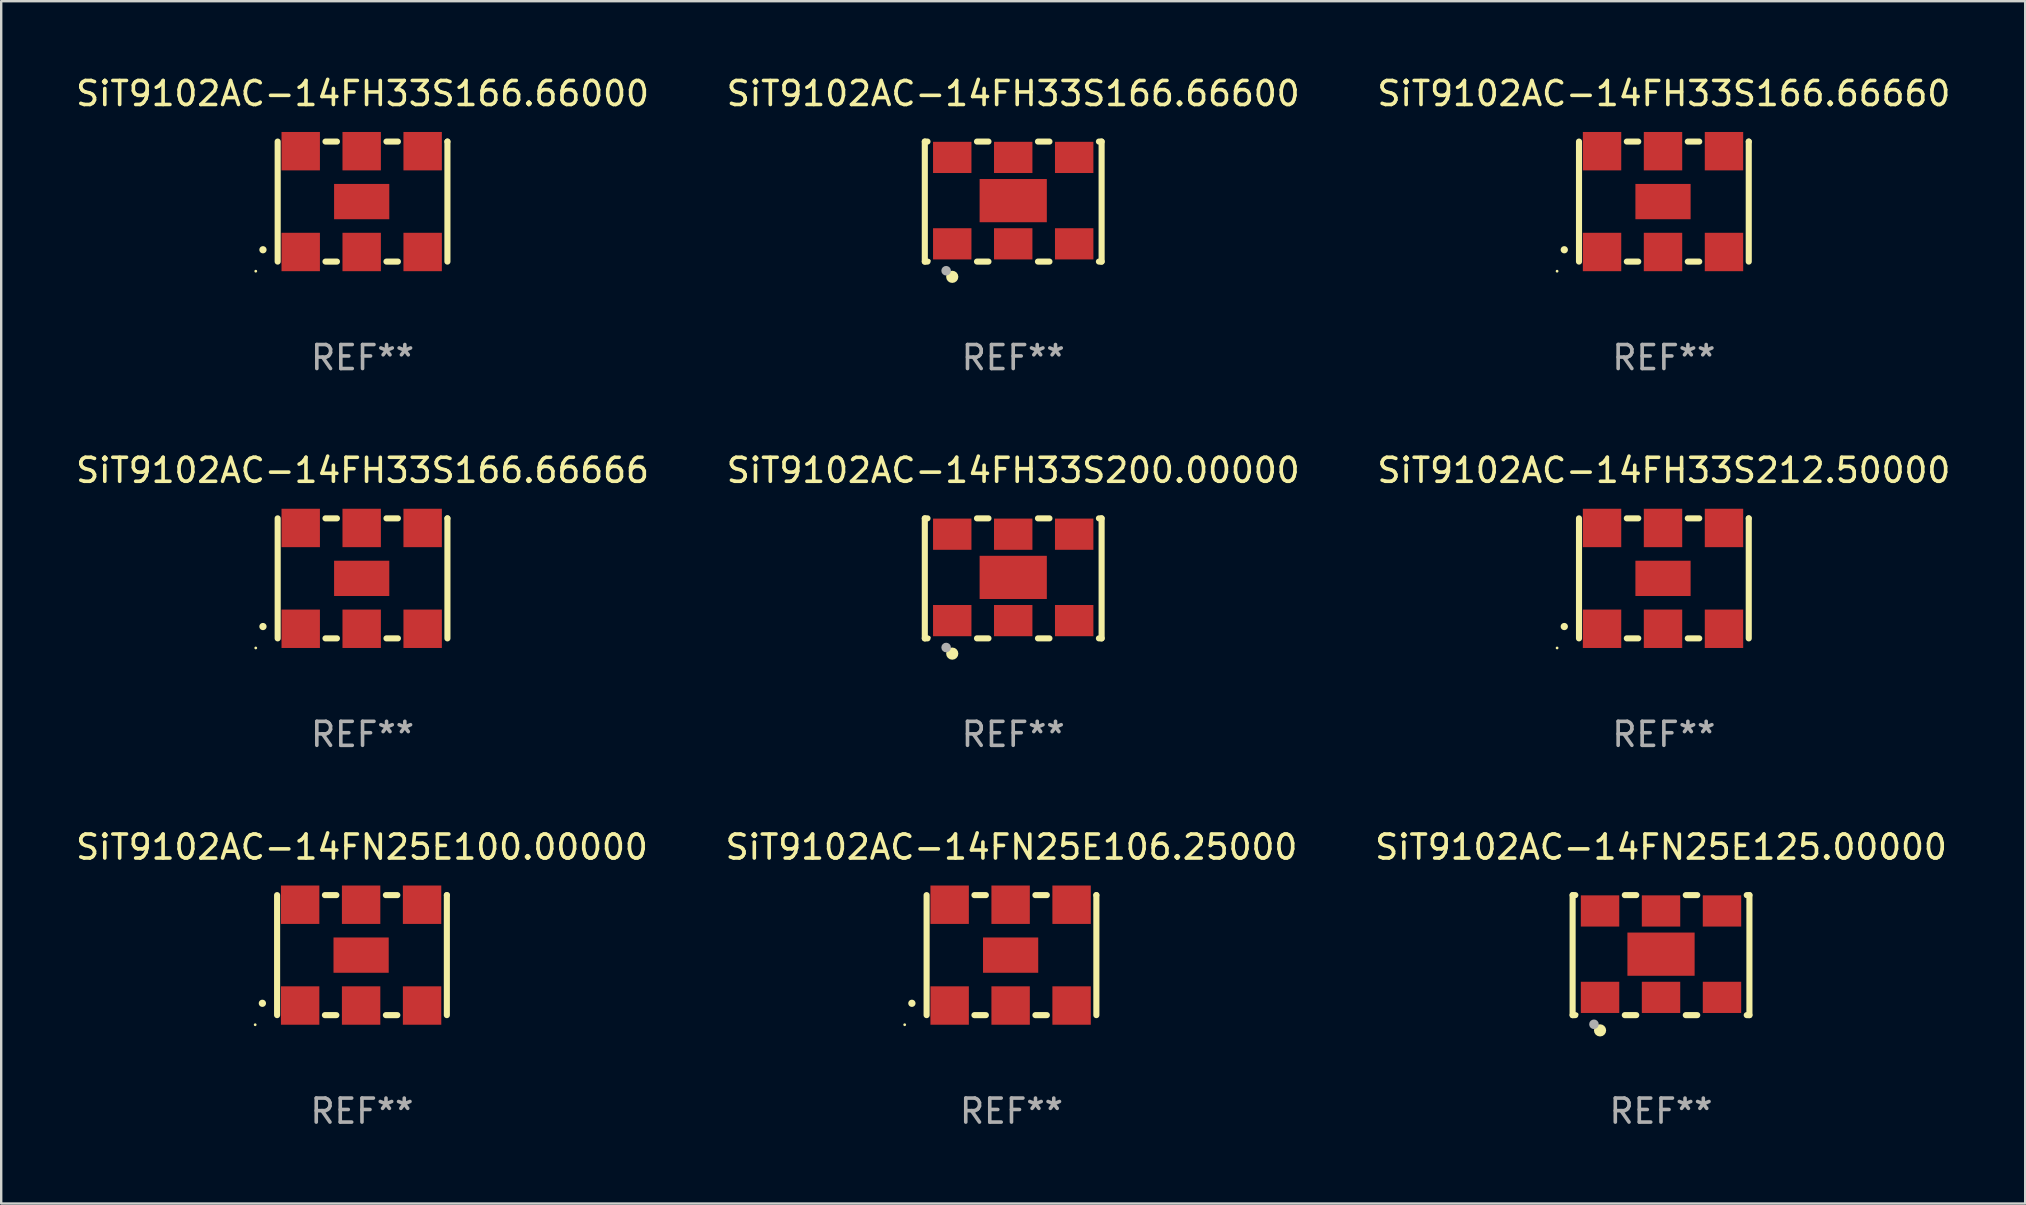
<source format=kicad_pcb>
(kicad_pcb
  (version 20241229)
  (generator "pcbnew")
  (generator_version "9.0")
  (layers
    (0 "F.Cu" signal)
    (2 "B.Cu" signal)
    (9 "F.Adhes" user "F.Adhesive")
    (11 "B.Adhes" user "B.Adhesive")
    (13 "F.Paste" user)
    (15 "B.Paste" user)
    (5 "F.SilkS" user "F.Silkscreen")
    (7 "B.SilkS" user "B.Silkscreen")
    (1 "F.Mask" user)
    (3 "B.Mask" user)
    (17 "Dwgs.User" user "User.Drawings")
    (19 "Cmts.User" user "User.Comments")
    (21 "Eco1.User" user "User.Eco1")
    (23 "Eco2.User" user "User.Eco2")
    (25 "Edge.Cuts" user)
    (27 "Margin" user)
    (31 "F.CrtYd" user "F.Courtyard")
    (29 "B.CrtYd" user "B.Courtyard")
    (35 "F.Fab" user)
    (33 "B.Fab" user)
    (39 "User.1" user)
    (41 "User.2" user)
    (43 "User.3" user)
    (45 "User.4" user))
  (footprint "SiT9102AC-14FH33S212.50000"
    (layer "F.Cu")
    (at 66.268 21.045)
    (property "Reference" "SiT9102AC-14FH33S212.50000" (at 0 -4.5 0) (layer "F.SilkS") (effects (font (size 1 1) (thickness 0.15))))
    (attr through_hole)
    (fp_line (start -3.536 -2.5) (end -3.536 2.5) (stroke (width 0.254) (type solid)) (layer "F.SilkS"))
    (fp_line (start -1.544 2.5) (end -1.067 2.5) (stroke (width 0.254) (type solid)) (layer "F.SilkS"))
    (fp_line (start -1.067 -2.5) (end -1.544 -2.5) (stroke (width 0.254) (type solid)) (layer "F.SilkS"))
    (fp_line (start 0.996 2.5) (end 1.473 2.5) (stroke (width 0.254) (type solid)) (layer "F.SilkS"))
    (fp_line (start 1.473 -2.5) (end 0.996 -2.5) (stroke (width 0.254) (type solid)) (layer "F.SilkS"))
    (fp_line (start 3.536 -2.5) (end 3.536 -2.5) (stroke (width 0.254) (type solid)) (layer "F.SilkS"))
    (fp_line (start 3.536 2.5) (end 3.536 -2.5) (stroke (width 0.254) (type solid)) (layer "F.SilkS"))
    (fp_arc (start -4.150432 2.006604) (mid -4.149162 2.006599) (end -4.147892 2.006604) (stroke (width 0.3) (type solid)) (layer "F.SilkS"))
    (fp_circle (center -4.449 2.9) (end -4.419 2.9) (stroke (width 0.06) (type solid)) (fill no) (layer "F.SilkS"))
    (fp_text user "REF**" (at 0 6.5 0) (layer "F.Fab") (effects (font (size 1 1) (thickness 0.15))))
    (pad "1" smd rect (at -2.576 2.1) (size 1.6 1.6) (layers "F.Cu" "F.Mask" "F.Paste"))
    (pad "2" smd rect (at -0.036 2.1) (size 1.6 1.6) (layers "F.Cu" "F.Mask" "F.Paste"))
    (pad "3" smd rect (at 2.504 2.1) (size 1.6 1.6) (layers "F.Cu" "F.Mask" "F.Paste"))
    (pad "4" smd rect (at 2.504 -2.1) (size 1.6 1.6) (layers "F.Cu" "F.Mask" "F.Paste"))
    (pad "5" smd rect (at -0.036 -2.1) (size 1.6 1.6) (layers "F.Cu" "F.Mask" "F.Paste"))
    (pad "6" smd rect (at -2.576 -2.1) (size 1.6 1.6) (layers "F.Cu" "F.Mask" "F.Paste"))
    (pad "7" smd rect (at -0.036 0) (size 2.3 1.47) (layers "F.Cu" "F.Mask" "F.Paste")))
  (footprint "SiT9102AC-14FH33S166.66600"
    (layer "F.Cu")
    (at 39.161 5.348)
    (property "Reference" "SiT9102AC-14FH33S166.66600" (at 0 -4.5 0) (layer "F.SilkS") (effects (font (size 1 1) (thickness 0.15))))
    (attr through_hole)
    (fp_line (start -3.683 -2.5) (end -3.571 -2.5) (stroke (width 0.254) (type solid)) (layer "F.SilkS"))
    (fp_line (start -3.683 2.5) (end -3.683 -2.5) (stroke (width 0.254) (type solid)) (layer "F.SilkS"))
    (fp_line (start -3.683 2.5) (end -3.571 2.5) (stroke (width 0.254) (type solid)) (layer "F.SilkS"))
    (fp_line (start -1.509 -2.5) (end -1.031 -2.5) (stroke (width 0.254) (type solid)) (layer "F.SilkS"))
    (fp_line (start -1.509 2.5) (end -1.031 2.5) (stroke (width 0.254) (type solid)) (layer "F.SilkS"))
    (fp_line (start 1.031 -2.5) (end 1.509 -2.5) (stroke (width 0.254) (type solid)) (layer "F.SilkS"))
    (fp_line (start 1.031 2.5) (end 1.509 2.5) (stroke (width 0.254) (type solid)) (layer "F.SilkS"))
    (fp_line (start 3.571 -2.5) (end 3.683 -2.5) (stroke (width 0.254) (type solid)) (layer "F.SilkS"))
    (fp_line (start 3.571 2.5) (end 3.683 2.5) (stroke (width 0.254) (type solid)) (layer "F.SilkS"))
    (fp_line (start 3.683 2.5) (end 3.683 -2.5) (stroke (width 0.254) (type solid)) (layer "F.SilkS"))
    (fp_circle (center -3.5 2.46) (end -3.47 2.46) (stroke (width 0.06) (type solid)) (fill no) (layer "F.SilkS"))
    (fp_circle (center -2.54 3.135) (end -2.413 3.135) (stroke (width 0.254) (type solid)) (fill no) (layer "F.SilkS"))
    (fp_circle (center -2.794 2.881) (end -2.694 2.881) (stroke (width 0.2) (type solid)) (fill no) (layer "F.Fab"))
    (fp_text user "REF**" (at 0 6.5 0) (layer "F.Fab") (effects (font (size 1 1) (thickness 0.15))))
    (pad "1" smd rect (at -2.54 1.76) (size 1.6 1.3) (layers "F.Cu" "F.Mask" "F.Paste"))
    (pad "2" smd rect (at 0 1.76) (size 1.6 1.3) (layers "F.Cu" "F.Mask" "F.Paste"))
    (pad "3" smd rect (at 2.54 1.76) (size 1.6 1.3) (layers "F.Cu" "F.Mask" "F.Paste"))
    (pad "4" smd rect (at 2.54 -1.84) (size 1.6 1.3) (layers "F.Cu" "F.Mask" "F.Paste"))
    (pad "5" smd rect (at 0 -1.84) (size 1.6 1.3) (layers "F.Cu" "F.Mask" "F.Paste"))
    (pad "6" smd rect (at -2.54 -1.84) (size 1.6 1.3) (layers "F.Cu" "F.Mask" "F.Paste"))
    (pad "7" smd rect (at 0 -0.04) (size 2.8 1.8) (layers "F.Cu" "F.Mask" "F.Paste")))
  (footprint "SiT9102AC-14FH33S166.66666"
    (layer "F.Cu")
    (at 12.054 21.045)
    (property "Reference" "SiT9102AC-14FH33S166.66666" (at 0 -4.5 0) (layer "F.SilkS") (effects (font (size 1 1) (thickness 0.15))))
    (attr through_hole)
    (fp_line (start -3.536 -2.5) (end -3.536 2.5) (stroke (width 0.254) (type solid)) (layer "F.SilkS"))
    (fp_line (start -1.544 2.5) (end -1.067 2.5) (stroke (width 0.254) (type solid)) (layer "F.SilkS"))
    (fp_line (start -1.067 -2.5) (end -1.544 -2.5) (stroke (width 0.254) (type solid)) (layer "F.SilkS"))
    (fp_line (start 0.996 2.5) (end 1.473 2.5) (stroke (width 0.254) (type solid)) (layer "F.SilkS"))
    (fp_line (start 1.473 -2.5) (end 0.996 -2.5) (stroke (width 0.254) (type solid)) (layer "F.SilkS"))
    (fp_line (start 3.536 -2.5) (end 3.536 -2.5) (stroke (width 0.254) (type solid)) (layer "F.SilkS"))
    (fp_line (start 3.536 2.5) (end 3.536 -2.5) (stroke (width 0.254) (type solid)) (layer "F.SilkS"))
    (fp_arc (start -4.150432 2.006604) (mid -4.149162 2.006599) (end -4.147892 2.006604) (stroke (width 0.3) (type solid)) (layer "F.SilkS"))
    (fp_circle (center -4.449 2.9) (end -4.419 2.9) (stroke (width 0.06) (type solid)) (fill no) (layer "F.SilkS"))
    (fp_text user "REF**" (at 0 6.5 0) (layer "F.Fab") (effects (font (size 1 1) (thickness 0.15))))
    (pad "1" smd rect (at -2.576 2.1) (size 1.6 1.6) (layers "F.Cu" "F.Mask" "F.Paste"))
    (pad "2" smd rect (at -0.036 2.1) (size 1.6 1.6) (layers "F.Cu" "F.Mask" "F.Paste"))
    (pad "3" smd rect (at 2.504 2.1) (size 1.6 1.6) (layers "F.Cu" "F.Mask" "F.Paste"))
    (pad "4" smd rect (at 2.504 -2.1) (size 1.6 1.6) (layers "F.Cu" "F.Mask" "F.Paste"))
    (pad "5" smd rect (at -0.036 -2.1) (size 1.6 1.6) (layers "F.Cu" "F.Mask" "F.Paste"))
    (pad "6" smd rect (at -2.576 -2.1) (size 1.6 1.6) (layers "F.Cu" "F.Mask" "F.Paste"))
    (pad "7" smd rect (at -0.036 0) (size 2.3 1.47) (layers "F.Cu" "F.Mask" "F.Paste")))
  (footprint "SiT9102AC-14FN25E125.00000"
    (layer "F.Cu")
    (at 66.149 36.741)
    (property "Reference" "SiT9102AC-14FN25E125.00000" (at 0 -4.5 0) (layer "F.SilkS") (effects (font (size 1 1) (thickness 0.15))))
    (attr through_hole)
    (fp_line (start -3.683 -2.5) (end -3.571 -2.5) (stroke (width 0.254) (type solid)) (layer "F.SilkS"))
    (fp_line (start -3.683 2.5) (end -3.683 -2.5) (stroke (width 0.254) (type solid)) (layer "F.SilkS"))
    (fp_line (start -3.683 2.5) (end -3.571 2.5) (stroke (width 0.254) (type solid)) (layer "F.SilkS"))
    (fp_line (start -1.509 -2.5) (end -1.031 -2.5) (stroke (width 0.254) (type solid)) (layer "F.SilkS"))
    (fp_line (start -1.509 2.5) (end -1.031 2.5) (stroke (width 0.254) (type solid)) (layer "F.SilkS"))
    (fp_line (start 1.031 -2.5) (end 1.509 -2.5) (stroke (width 0.254) (type solid)) (layer "F.SilkS"))
    (fp_line (start 1.031 2.5) (end 1.509 2.5) (stroke (width 0.254) (type solid)) (layer "F.SilkS"))
    (fp_line (start 3.571 -2.5) (end 3.683 -2.5) (stroke (width 0.254) (type solid)) (layer "F.SilkS"))
    (fp_line (start 3.571 2.5) (end 3.683 2.5) (stroke (width 0.254) (type solid)) (layer "F.SilkS"))
    (fp_line (start 3.683 2.5) (end 3.683 -2.5) (stroke (width 0.254) (type solid)) (layer "F.SilkS"))
    (fp_circle (center -3.5 2.46) (end -3.47 2.46) (stroke (width 0.06) (type solid)) (fill no) (layer "F.SilkS"))
    (fp_circle (center -2.54 3.135) (end -2.413 3.135) (stroke (width 0.254) (type solid)) (fill no) (layer "F.SilkS"))
    (fp_circle (center -2.794 2.881) (end -2.694 2.881) (stroke (width 0.2) (type solid)) (fill no) (layer "F.Fab"))
    (fp_text user "REF**" (at 0 6.5 0) (layer "F.Fab") (effects (font (size 1 1) (thickness 0.15))))
    (pad "1" smd rect (at -2.54 1.76) (size 1.6 1.3) (layers "F.Cu" "F.Mask" "F.Paste"))
    (pad "2" smd rect (at 0 1.76) (size 1.6 1.3) (layers "F.Cu" "F.Mask" "F.Paste"))
    (pad "3" smd rect (at 2.54 1.76) (size 1.6 1.3) (layers "F.Cu" "F.Mask" "F.Paste"))
    (pad "4" smd rect (at 2.54 -1.84) (size 1.6 1.3) (layers "F.Cu" "F.Mask" "F.Paste"))
    (pad "5" smd rect (at 0 -1.84) (size 1.6 1.3) (layers "F.Cu" "F.Mask" "F.Paste"))
    (pad "6" smd rect (at -2.54 -1.84) (size 1.6 1.3) (layers "F.Cu" "F.Mask" "F.Paste"))
    (pad "7" smd rect (at 0 -0.04) (size 2.8 1.8) (layers "F.Cu" "F.Mask" "F.Paste")))
  (footprint "SiT9102AC-14FN25E100.00000"
    (layer "F.Cu")
    (at 12.03 36.741)
    (property "Reference" "SiT9102AC-14FN25E100.00000" (at 0 -4.5 0) (layer "F.SilkS") (effects (font (size 1 1) (thickness 0.15))))
    (attr through_hole)
    (fp_line (start -3.536 -2.5) (end -3.536 2.5) (stroke (width 0.254) (type solid)) (layer "F.SilkS"))
    (fp_line (start -1.544 2.5) (end -1.067 2.5) (stroke (width 0.254) (type solid)) (layer "F.SilkS"))
    (fp_line (start -1.067 -2.5) (end -1.544 -2.5) (stroke (width 0.254) (type solid)) (layer "F.SilkS"))
    (fp_line (start 0.996 2.5) (end 1.473 2.5) (stroke (width 0.254) (type solid)) (layer "F.SilkS"))
    (fp_line (start 1.473 -2.5) (end 0.996 -2.5) (stroke (width 0.254) (type solid)) (layer "F.SilkS"))
    (fp_line (start 3.536 -2.5) (end 3.536 -2.5) (stroke (width 0.254) (type solid)) (layer "F.SilkS"))
    (fp_line (start 3.536 2.5) (end 3.536 -2.5) (stroke (width 0.254) (type solid)) (layer "F.SilkS"))
    (fp_arc (start -4.150432 2.006604) (mid -4.149162 2.006599) (end -4.147892 2.006604) (stroke (width 0.3) (type solid)) (layer "F.SilkS"))
    (fp_circle (center -4.449 2.9) (end -4.419 2.9) (stroke (width 0.06) (type solid)) (fill no) (layer "F.SilkS"))
    (fp_text user "REF**" (at 0 6.5 0) (layer "F.Fab") (effects (font (size 1 1) (thickness 0.15))))
    (pad "1" smd rect (at -2.576 2.1) (size 1.6 1.6) (layers "F.Cu" "F.Mask" "F.Paste"))
    (pad "2" smd rect (at -0.036 2.1) (size 1.6 1.6) (layers "F.Cu" "F.Mask" "F.Paste"))
    (pad "3" smd rect (at 2.504 2.1) (size 1.6 1.6) (layers "F.Cu" "F.Mask" "F.Paste"))
    (pad "4" smd rect (at 2.504 -2.1) (size 1.6 1.6) (layers "F.Cu" "F.Mask" "F.Paste"))
    (pad "5" smd rect (at -0.036 -2.1) (size 1.6 1.6) (layers "F.Cu" "F.Mask" "F.Paste"))
    (pad "6" smd rect (at -2.576 -2.1) (size 1.6 1.6) (layers "F.Cu" "F.Mask" "F.Paste"))
    (pad "7" smd rect (at -0.036 0) (size 2.3 1.47) (layers "F.Cu" "F.Mask" "F.Paste")))
  (footprint "SiT9102AC-14FN25E106.25000"
    (layer "F.Cu")
    (at 39.089 36.741)
    (property "Reference" "SiT9102AC-14FN25E106.25000" (at 0 -4.5 0) (layer "F.SilkS") (effects (font (size 1 1) (thickness 0.15))))
    (attr through_hole)
    (fp_line (start -3.536 -2.5) (end -3.536 2.5) (stroke (width 0.254) (type solid)) (layer "F.SilkS"))
    (fp_line (start -1.544 2.5) (end -1.067 2.5) (stroke (width 0.254) (type solid)) (layer "F.SilkS"))
    (fp_line (start -1.067 -2.5) (end -1.544 -2.5) (stroke (width 0.254) (type solid)) (layer "F.SilkS"))
    (fp_line (start 0.996 2.5) (end 1.473 2.5) (stroke (width 0.254) (type solid)) (layer "F.SilkS"))
    (fp_line (start 1.473 -2.5) (end 0.996 -2.5) (stroke (width 0.254) (type solid)) (layer "F.SilkS"))
    (fp_line (start 3.536 -2.5) (end 3.536 -2.5) (stroke (width 0.254) (type solid)) (layer "F.SilkS"))
    (fp_line (start 3.536 2.5) (end 3.536 -2.5) (stroke (width 0.254) (type solid)) (layer "F.SilkS"))
    (fp_arc (start -4.150432 2.006604) (mid -4.149162 2.006599) (end -4.147892 2.006604) (stroke (width 0.3) (type solid)) (layer "F.SilkS"))
    (fp_circle (center -4.449 2.9) (end -4.419 2.9) (stroke (width 0.06) (type solid)) (fill no) (layer "F.SilkS"))
    (fp_text user "REF**" (at 0 6.5 0) (layer "F.Fab") (effects (font (size 1 1) (thickness 0.15))))
    (pad "1" smd rect (at -2.576 2.1) (size 1.6 1.6) (layers "F.Cu" "F.Mask" "F.Paste"))
    (pad "2" smd rect (at -0.036 2.1) (size 1.6 1.6) (layers "F.Cu" "F.Mask" "F.Paste"))
    (pad "3" smd rect (at 2.504 2.1) (size 1.6 1.6) (layers "F.Cu" "F.Mask" "F.Paste"))
    (pad "4" smd rect (at 2.504 -2.1) (size 1.6 1.6) (layers "F.Cu" "F.Mask" "F.Paste"))
    (pad "5" smd rect (at -0.036 -2.1) (size 1.6 1.6) (layers "F.Cu" "F.Mask" "F.Paste"))
    (pad "6" smd rect (at -2.576 -2.1) (size 1.6 1.6) (layers "F.Cu" "F.Mask" "F.Paste"))
    (pad "7" smd rect (at -0.036 0) (size 2.3 1.47) (layers "F.Cu" "F.Mask" "F.Paste")))
  (footprint "SiT9102AC-14FH33S200.00000"
    (layer "F.Cu")
    (at 39.161 21.045)
    (property "Reference" "SiT9102AC-14FH33S200.00000" (at 0 -4.5 0) (layer "F.SilkS") (effects (font (size 1 1) (thickness 0.15))))
    (attr through_hole)
    (fp_line (start -3.683 -2.5) (end -3.571 -2.5) (stroke (width 0.254) (type solid)) (layer "F.SilkS"))
    (fp_line (start -3.683 2.5) (end -3.683 -2.5) (stroke (width 0.254) (type solid)) (layer "F.SilkS"))
    (fp_line (start -3.683 2.5) (end -3.571 2.5) (stroke (width 0.254) (type solid)) (layer "F.SilkS"))
    (fp_line (start -1.509 -2.5) (end -1.031 -2.5) (stroke (width 0.254) (type solid)) (layer "F.SilkS"))
    (fp_line (start -1.509 2.5) (end -1.031 2.5) (stroke (width 0.254) (type solid)) (layer "F.SilkS"))
    (fp_line (start 1.031 -2.5) (end 1.509 -2.5) (stroke (width 0.254) (type solid)) (layer "F.SilkS"))
    (fp_line (start 1.031 2.5) (end 1.509 2.5) (stroke (width 0.254) (type solid)) (layer "F.SilkS"))
    (fp_line (start 3.571 -2.5) (end 3.683 -2.5) (stroke (width 0.254) (type solid)) (layer "F.SilkS"))
    (fp_line (start 3.571 2.5) (end 3.683 2.5) (stroke (width 0.254) (type solid)) (layer "F.SilkS"))
    (fp_line (start 3.683 2.5) (end 3.683 -2.5) (stroke (width 0.254) (type solid)) (layer "F.SilkS"))
    (fp_circle (center -3.5 2.46) (end -3.47 2.46) (stroke (width 0.06) (type solid)) (fill no) (layer "F.SilkS"))
    (fp_circle (center -2.54 3.135) (end -2.413 3.135) (stroke (width 0.254) (type solid)) (fill no) (layer "F.SilkS"))
    (fp_circle (center -2.794 2.881) (end -2.694 2.881) (stroke (width 0.2) (type solid)) (fill no) (layer "F.Fab"))
    (fp_text user "REF**" (at 0 6.5 0) (layer "F.Fab") (effects (font (size 1 1) (thickness 0.15))))
    (pad "1" smd rect (at -2.54 1.76) (size 1.6 1.3) (layers "F.Cu" "F.Mask" "F.Paste"))
    (pad "2" smd rect (at 0 1.76) (size 1.6 1.3) (layers "F.Cu" "F.Mask" "F.Paste"))
    (pad "3" smd rect (at 2.54 1.76) (size 1.6 1.3) (layers "F.Cu" "F.Mask" "F.Paste"))
    (pad "4" smd rect (at 2.54 -1.84) (size 1.6 1.3) (layers "F.Cu" "F.Mask" "F.Paste"))
    (pad "5" smd rect (at 0 -1.84) (size 1.6 1.3) (layers "F.Cu" "F.Mask" "F.Paste"))
    (pad "6" smd rect (at -2.54 -1.84) (size 1.6 1.3) (layers "F.Cu" "F.Mask" "F.Paste"))
    (pad "7" smd rect (at 0 -0.04) (size 2.8 1.8) (layers "F.Cu" "F.Mask" "F.Paste")))
  (footprint "SiT9102AC-14FH33S166.66000"
    (layer "F.Cu")
    (at 12.054 5.348)
    (property "Reference" "SiT9102AC-14FH33S166.66000" (at 0 -4.5 0) (layer "F.SilkS") (effects (font (size 1 1) (thickness 0.15))))
    (attr through_hole)
    (fp_line (start -3.536 -2.5) (end -3.536 2.5) (stroke (width 0.254) (type solid)) (layer "F.SilkS"))
    (fp_line (start -1.544 2.5) (end -1.067 2.5) (stroke (width 0.254) (type solid)) (layer "F.SilkS"))
    (fp_line (start -1.067 -2.5) (end -1.544 -2.5) (stroke (width 0.254) (type solid)) (layer "F.SilkS"))
    (fp_line (start 0.996 2.5) (end 1.473 2.5) (stroke (width 0.254) (type solid)) (layer "F.SilkS"))
    (fp_line (start 1.473 -2.5) (end 0.996 -2.5) (stroke (width 0.254) (type solid)) (layer "F.SilkS"))
    (fp_line (start 3.536 -2.5) (end 3.536 -2.5) (stroke (width 0.254) (type solid)) (layer "F.SilkS"))
    (fp_line (start 3.536 2.5) (end 3.536 -2.5) (stroke (width 0.254) (type solid)) (layer "F.SilkS"))
    (fp_arc (start -4.150432 2.006604) (mid -4.149162 2.006599) (end -4.147892 2.006604) (stroke (width 0.3) (type solid)) (layer "F.SilkS"))
    (fp_circle (center -4.449 2.9) (end -4.419 2.9) (stroke (width 0.06) (type solid)) (fill no) (layer "F.SilkS"))
    (fp_text user "REF**" (at 0 6.5 0) (layer "F.Fab") (effects (font (size 1 1) (thickness 0.15))))
    (pad "1" smd rect (at -2.576 2.1) (size 1.6 1.6) (layers "F.Cu" "F.Mask" "F.Paste"))
    (pad "2" smd rect (at -0.036 2.1) (size 1.6 1.6) (layers "F.Cu" "F.Mask" "F.Paste"))
    (pad "3" smd rect (at 2.504 2.1) (size 1.6 1.6) (layers "F.Cu" "F.Mask" "F.Paste"))
    (pad "4" smd rect (at 2.504 -2.1) (size 1.6 1.6) (layers "F.Cu" "F.Mask" "F.Paste"))
    (pad "5" smd rect (at -0.036 -2.1) (size 1.6 1.6) (layers "F.Cu" "F.Mask" "F.Paste"))
    (pad "6" smd rect (at -2.576 -2.1) (size 1.6 1.6) (layers "F.Cu" "F.Mask" "F.Paste"))
    (pad "7" smd rect (at -0.036 0) (size 2.3 1.47) (layers "F.Cu" "F.Mask" "F.Paste")))
  (footprint "SiT9102AC-14FH33S166.66660"
    (layer "F.Cu")
    (at 66.268 5.348)
    (property "Reference" "SiT9102AC-14FH33S166.66660" (at 0 -4.5 0) (layer "F.SilkS") (effects (font (size 1 1) (thickness 0.15))))
    (attr through_hole)
    (fp_line (start -3.536 -2.5) (end -3.536 2.5) (stroke (width 0.254) (type solid)) (layer "F.SilkS"))
    (fp_line (start -1.544 2.5) (end -1.067 2.5) (stroke (width 0.254) (type solid)) (layer "F.SilkS"))
    (fp_line (start -1.067 -2.5) (end -1.544 -2.5) (stroke (width 0.254) (type solid)) (layer "F.SilkS"))
    (fp_line (start 0.996 2.5) (end 1.473 2.5) (stroke (width 0.254) (type solid)) (layer "F.SilkS"))
    (fp_line (start 1.473 -2.5) (end 0.996 -2.5) (stroke (width 0.254) (type solid)) (layer "F.SilkS"))
    (fp_line (start 3.536 -2.5) (end 3.536 -2.5) (stroke (width 0.254) (type solid)) (layer "F.SilkS"))
    (fp_line (start 3.536 2.5) (end 3.536 -2.5) (stroke (width 0.254) (type solid)) (layer "F.SilkS"))
    (fp_arc (start -4.150432 2.006604) (mid -4.149162 2.006599) (end -4.147892 2.006604) (stroke (width 0.3) (type solid)) (layer "F.SilkS"))
    (fp_circle (center -4.449 2.9) (end -4.419 2.9) (stroke (width 0.06) (type solid)) (fill no) (layer "F.SilkS"))
    (fp_text user "REF**" (at 0 6.5 0) (layer "F.Fab") (effects (font (size 1 1) (thickness 0.15))))
    (pad "1" smd rect (at -2.576 2.1) (size 1.6 1.6) (layers "F.Cu" "F.Mask" "F.Paste"))
    (pad "2" smd rect (at -0.036 2.1) (size 1.6 1.6) (layers "F.Cu" "F.Mask" "F.Paste"))
    (pad "3" smd rect (at 2.504 2.1) (size 1.6 1.6) (layers "F.Cu" "F.Mask" "F.Paste"))
    (pad "4" smd rect (at 2.504 -2.1) (size 1.6 1.6) (layers "F.Cu" "F.Mask" "F.Paste"))
    (pad "5" smd rect (at -0.036 -2.1) (size 1.6 1.6) (layers "F.Cu" "F.Mask" "F.Paste"))
    (pad "6" smd rect (at -2.576 -2.1) (size 1.6 1.6) (layers "F.Cu" "F.Mask" "F.Paste"))
    (pad "7" smd rect (at -0.036 0) (size 2.3 1.47) (layers "F.Cu" "F.Mask" "F.Paste")))
  (gr_rect
    (start -3 -3)
    (end 81.321 47.09)
    (stroke (width 0.1) (type default))
    (fill no)
    (layer "Edge.Cuts")))
</source>
